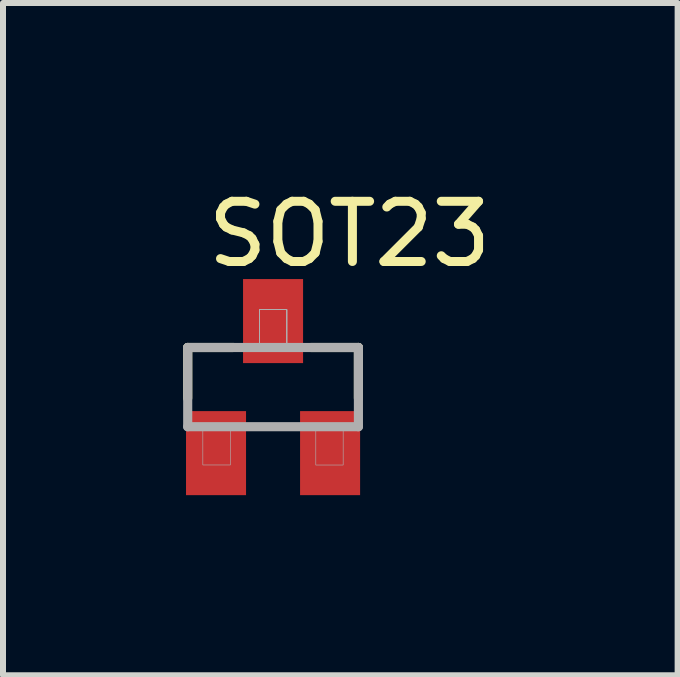
<source format=kicad_pcb>
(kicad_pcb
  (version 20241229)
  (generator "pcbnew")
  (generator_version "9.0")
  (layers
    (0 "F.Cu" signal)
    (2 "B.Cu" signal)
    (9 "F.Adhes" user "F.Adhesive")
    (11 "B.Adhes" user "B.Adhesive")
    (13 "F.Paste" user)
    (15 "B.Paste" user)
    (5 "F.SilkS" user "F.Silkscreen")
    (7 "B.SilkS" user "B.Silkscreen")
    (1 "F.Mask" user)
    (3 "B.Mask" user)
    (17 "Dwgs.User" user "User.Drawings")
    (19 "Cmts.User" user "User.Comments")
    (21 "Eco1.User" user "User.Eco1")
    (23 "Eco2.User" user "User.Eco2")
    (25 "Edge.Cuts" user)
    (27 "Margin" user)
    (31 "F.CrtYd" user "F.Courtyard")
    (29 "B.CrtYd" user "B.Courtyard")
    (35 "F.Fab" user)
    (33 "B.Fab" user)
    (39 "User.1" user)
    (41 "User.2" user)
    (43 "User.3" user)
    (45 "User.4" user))
  (footprint "SOT23"
    (layer "F.Cu")
    (at 1.499 3.399)
    (property "Reference" "SOT23" (at 1.274 -2.549 0) (layer "F.SilkS") (effects (font (size 1.003 1.003) (thickness 0.15))))
    (attr smd)
    (fp_line (start -1.422 -0.66) (end -0.658 -0.66) (stroke (width 0.152) (type solid)) (layer "F.SilkS"))
    (fp_line (start -1.422 0.185) (end -1.422 -0.66) (stroke (width 0.152) (type solid)) (layer "F.SilkS"))
    (fp_line (start 0.633 -0.66) (end 1.422 -0.66) (stroke (width 0.152) (type solid)) (layer "F.SilkS"))
    (fp_line (start 1.422 -0.66) (end 1.422 0.185) (stroke (width 0.152) (type solid)) (layer "F.SilkS"))
    (fp_line (start -1.422 -0.66) (end 1.422 -0.66) (stroke (width 0.152) (type solid)) (layer "F.Fab"))
    (fp_line (start -1.422 0.66) (end -1.422 -0.66) (stroke (width 0.152) (type solid)) (layer "F.Fab"))
    (fp_line (start 1.422 -0.66) (end 1.422 0.66) (stroke (width 0.152) (type solid)) (layer "F.Fab"))
    (fp_line (start 1.422 0.66) (end -1.422 0.66) (stroke (width 0.152) (type solid)) (layer "F.Fab"))
    (fp_poly (pts (xy -1.17 0.711) (xy -0.711 0.711) (xy -0.711 1.297) (xy -1.17 1.297)) (stroke (width 0.01) (type solid)) (fill no) (layer "F.Fab"))
    (fp_poly (pts (xy -0.229 -1.295) (xy 0.229 -1.295) (xy 0.229 -0.713) (xy -0.229 -0.713)) (stroke (width 0.01) (type solid)) (fill no) (layer "F.Fab"))
    (fp_poly (pts (xy -0.229 -1.295) (xy 0.229 -1.295) (xy 0.229 -0.713) (xy -0.229 -0.713)) (stroke (width 0.01) (type solid)) (fill no) (layer "F.Fab"))
    (fp_poly (pts (xy -0.229 -1.295) (xy 0.229 -1.295) (xy 0.229 -0.712) (xy -0.229 -0.712)) (stroke (width 0.01) (type solid)) (fill no) (layer "F.Fab"))
    (fp_poly (pts (xy -0.229 -1.295) (xy 0.229 -1.295) (xy 0.229 -0.712) (xy -0.229 -0.712)) (stroke (width 0.01) (type solid)) (fill no) (layer "F.Fab"))
    (fp_poly (pts (xy -0.229 -1.295) (xy 0.229 -1.295) (xy 0.229 -0.712) (xy -0.229 -0.712)) (stroke (width 0.01) (type solid)) (fill no) (layer "F.Fab"))
    (fp_poly (pts (xy -0.229 -1.295) (xy 0.229 -1.295) (xy 0.229 -0.712) (xy -0.229 -0.712)) (stroke (width 0.01) (type solid)) (fill no) (layer "F.Fab"))
    (fp_poly (pts (xy 0.712 0.711) (xy 1.168 0.711) (xy 1.168 1.298) (xy 0.712 1.298)) (stroke (width 0.01) (type solid)) (fill no) (layer "F.Fab"))
    (pad "1" smd rect (at -0.95 1.1) (size 1 1.4) (layers "F.Cu" "F.Mask" "F.Paste"))
    (pad "2" smd rect (at 0.95 1.1) (size 1 1.4) (layers "F.Cu" "F.Mask" "F.Paste"))
    (pad "3" smd rect (at 0 -1.1) (size 1 1.4) (layers "F.Cu" "F.Mask" "F.Paste")))
  (gr_rect
    (start -3 -3)
    (end 8.239 8.199)
    (stroke (width 0.1) (type default))
    (fill no)
    (layer "Edge.Cuts")))
</source>
